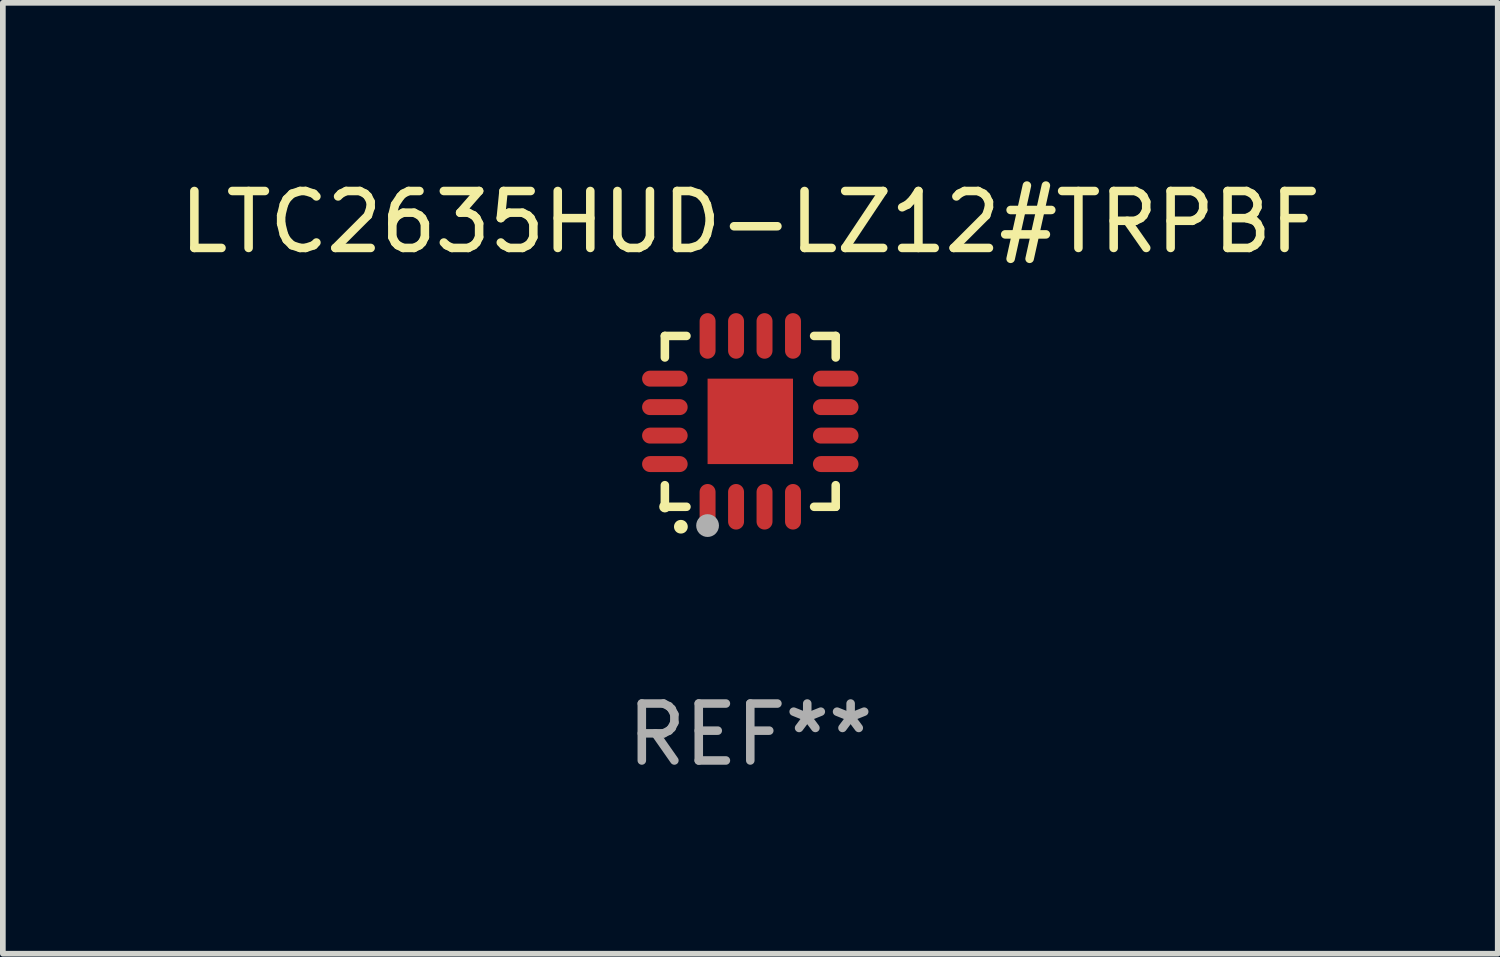
<source format=kicad_pcb>
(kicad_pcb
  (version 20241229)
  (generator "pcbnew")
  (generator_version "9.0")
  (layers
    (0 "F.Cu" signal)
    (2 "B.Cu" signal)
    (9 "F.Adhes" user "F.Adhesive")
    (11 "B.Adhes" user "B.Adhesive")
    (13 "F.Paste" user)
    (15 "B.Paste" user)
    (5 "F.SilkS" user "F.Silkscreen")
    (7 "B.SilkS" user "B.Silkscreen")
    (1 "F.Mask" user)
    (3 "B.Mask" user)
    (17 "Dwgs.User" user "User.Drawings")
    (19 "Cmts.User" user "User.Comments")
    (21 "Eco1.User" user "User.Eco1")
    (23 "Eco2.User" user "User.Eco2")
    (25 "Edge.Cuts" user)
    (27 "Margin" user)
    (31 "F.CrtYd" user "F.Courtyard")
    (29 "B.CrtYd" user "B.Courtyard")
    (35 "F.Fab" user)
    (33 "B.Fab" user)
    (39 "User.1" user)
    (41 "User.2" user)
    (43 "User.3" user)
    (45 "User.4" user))
  (footprint "LTC2635HUD-LZ12#TRPBF"
    (layer "F.Cu")
    (at 10.125 4.349)
    (property "Reference" "LTC2635HUD-LZ12#TRPBF" (at 0 -3.5 0) (layer "F.SilkS") (effects (font (size 1 1) (thickness 0.15))))
    (attr through_hole)
    (fp_line (start -1.5 -1.5) (end -1.121 -1.5) (stroke (width 0.15) (type solid)) (layer "F.SilkS"))
    (fp_line (start -1.5 -1.122) (end -1.5 -1.5) (stroke (width 0.15) (type solid)) (layer "F.SilkS"))
    (fp_line (start -1.5 1.5) (end -1.5 1.121) (stroke (width 0.15) (type solid)) (layer "F.SilkS"))
    (fp_line (start -1.121 1.5) (end -1.5 1.5) (stroke (width 0.15) (type solid)) (layer "F.SilkS"))
    (fp_line (start 1.121 -1.5) (end 1.5 -1.5) (stroke (width 0.15) (type solid)) (layer "F.SilkS"))
    (fp_line (start 1.5 -1.5) (end 1.5 -1.122) (stroke (width 0.15) (type solid)) (layer "F.SilkS"))
    (fp_line (start 1.5 1.121) (end 1.5 1.5) (stroke (width 0.15) (type solid)) (layer "F.SilkS"))
    (fp_line (start 1.5 1.5) (end 1.121 1.5) (stroke (width 0.15) (type solid)) (layer "F.SilkS"))
    (fp_arc (start -1.219926 1.850254) (mid -1.21891 1.85025) (end -1.217894 1.850254) (stroke (width 0.240005) (type solid)) (layer "F.SilkS"))
    (fp_circle (center -1.5 1.5) (end -1.45 1.5) (stroke (width 0.1) (type solid)) (fill no) (layer "F.SilkS"))
    (fp_circle (center -0.75 1.83) (end -0.65 1.83) (stroke (width 0.2) (type solid)) (fill no) (layer "F.Fab"))
    (fp_text user "REF**" (at 0 5.5 0) (layer "F.Fab") (effects (font (size 1 1) (thickness 0.15))))
    (pad "1" smd oval (at -0.75 1.5) (size 0.28 0.8) (layers "F.Cu" "F.Mask" "F.Paste"))
    (pad "2" smd oval (at -0.25 1.5) (size 0.28 0.8) (layers "F.Cu" "F.Mask" "F.Paste"))
    (pad "3" smd oval (at 0.25 1.5) (size 0.28 0.8) (layers "F.Cu" "F.Mask" "F.Paste"))
    (pad "4" smd oval (at 0.75 1.5) (size 0.28 0.8) (layers "F.Cu" "F.Mask" "F.Paste"))
    (pad "5" smd oval (at 1.5 0.75) (size 0.8 0.28) (layers "F.Cu" "F.Mask" "F.Paste"))
    (pad "6" smd oval (at 1.5 0.25) (size 0.8 0.28) (layers "F.Cu" "F.Mask" "F.Paste"))
    (pad "7" smd oval (at 1.5 -0.25) (size 0.8 0.28) (layers "F.Cu" "F.Mask" "F.Paste"))
    (pad "8" smd oval (at 1.5 -0.75) (size 0.8 0.28) (layers "F.Cu" "F.Mask" "F.Paste"))
    (pad "9" smd oval (at 0.75 -1.5) (size 0.28 0.8) (layers "F.Cu" "F.Mask" "F.Paste"))
    (pad "10" smd oval (at 0.25 -1.5) (size 0.28 0.8) (layers "F.Cu" "F.Mask" "F.Paste"))
    (pad "11" smd oval (at -0.25 -1.5) (size 0.28 0.8) (layers "F.Cu" "F.Mask" "F.Paste"))
    (pad "12" smd oval (at -0.75 -1.5) (size 0.28 0.8) (layers "F.Cu" "F.Mask" "F.Paste"))
    (pad "13" smd oval (at -1.5 -0.75) (size 0.8 0.28) (layers "F.Cu" "F.Mask" "F.Paste"))
    (pad "14" smd oval (at -1.5 -0.25) (size 0.8 0.28) (layers "F.Cu" "F.Mask" "F.Paste"))
    (pad "15" smd oval (at -1.5 0.25) (size 0.8 0.28) (layers "F.Cu" "F.Mask" "F.Paste"))
    (pad "16" smd oval (at -1.5 0.75) (size 0.8 0.28) (layers "F.Cu" "F.Mask" "F.Paste"))
    (pad "17" smd rect (at -0.000064 0.000165) (size 1.5 1.5) (layers "F.Cu" "F.Mask" "F.Paste")))
  (gr_rect
    (start -3 -3)
    (end 23.25 13.697)
    (stroke (width 0.1) (type default))
    (fill no)
    (layer "Edge.Cuts")))
</source>
